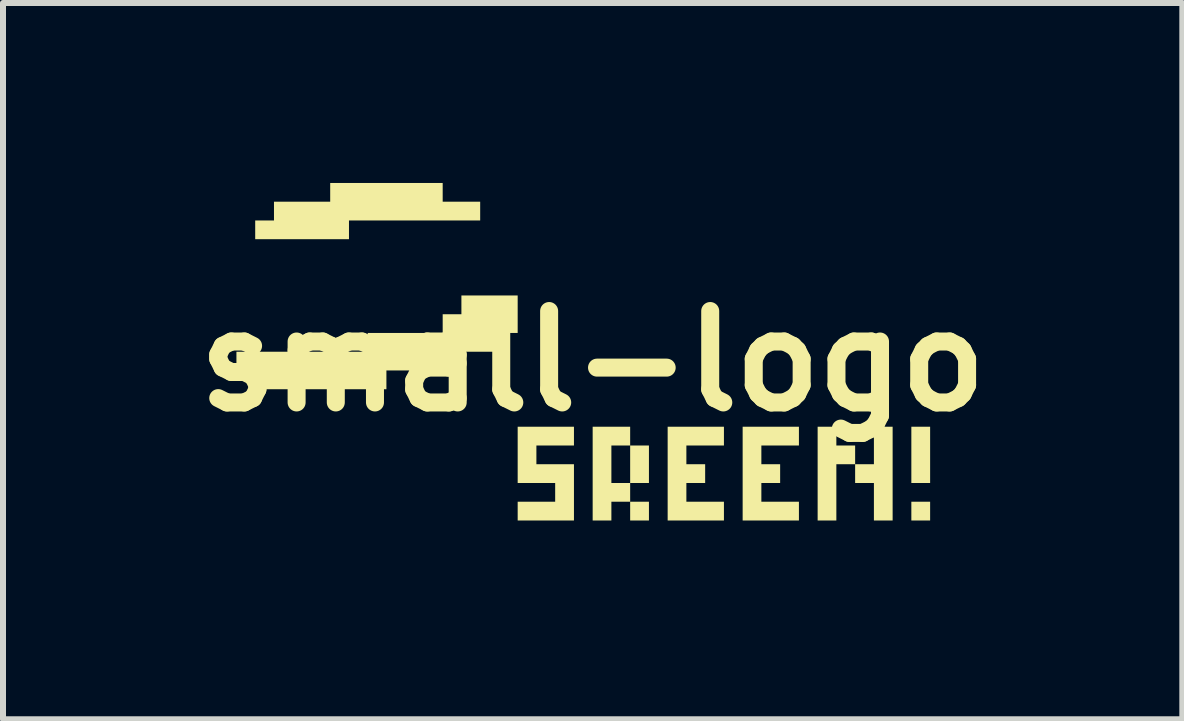
<source format=kicad_pcb>
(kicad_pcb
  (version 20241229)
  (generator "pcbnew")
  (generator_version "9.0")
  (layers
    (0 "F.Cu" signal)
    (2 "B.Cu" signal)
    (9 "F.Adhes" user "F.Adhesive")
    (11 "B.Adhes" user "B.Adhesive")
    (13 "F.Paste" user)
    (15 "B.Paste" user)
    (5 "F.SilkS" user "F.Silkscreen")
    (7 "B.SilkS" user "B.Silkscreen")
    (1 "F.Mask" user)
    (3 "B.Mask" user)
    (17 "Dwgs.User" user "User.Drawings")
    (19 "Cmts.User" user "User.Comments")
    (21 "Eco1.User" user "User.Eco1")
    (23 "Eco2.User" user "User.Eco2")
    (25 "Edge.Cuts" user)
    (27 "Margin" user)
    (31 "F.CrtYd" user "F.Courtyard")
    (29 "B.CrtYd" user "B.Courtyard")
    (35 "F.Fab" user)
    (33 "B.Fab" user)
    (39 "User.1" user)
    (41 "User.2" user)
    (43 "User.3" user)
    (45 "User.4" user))
  (footprint "small-logo"
    (layer "F.Cu")
    (at 6.829 2.969)
    (property "Reference" "small-logo" (at 0 0 0) (layer "F.SilkS") (effects (font (size 1.524 1.524) (thickness 0.3))))
    (attr board_only exclude_from_pos_files exclude_from_bom)
    (fp_poly (pts (xy -2.812 2.969) (xy -4.062 2.969) (xy -4.062 2.657) (xy -2.812 2.657)) (stroke (width 0) (type solid)) (fill yes) (layer "F.Mask"))
    (fp_poly (pts (xy -1.562 1.407) (xy -1.875 1.407) (xy -1.875 1.719) (xy -2.188 1.719) (xy -2.188 2.344) (xy -4.688 2.344) (xy -4.688 2.032) (xy -3.75 2.032) (xy -3.125 2.032) (xy -3.125 1.407) (xy -2.188 1.407) (xy -2.188 0.781) (xy -3.125 0.781) (xy -3.125 1.407) (xy -3.75 1.407) (xy -3.75 2.032) (xy -4.688 2.032) (xy -4.688 1.719) (xy -5 1.719) (xy -5 1.407) (xy -4.688 1.407) (xy -3.75 1.407) (xy -3.75 0.781) (xy -4.688 0.781) (xy -4.688 1.407) (xy -5 1.407) (xy -5.312 1.407) (xy -5.312 0.519) (xy -3.388 0.519) (xy -3.388 0.206) (xy -2.138 0.206) (xy -2.138 -0.106) (xy -1.562 -0.106)) (stroke (width 0) (type solid)) (fill yes) (layer "F.Mask"))
    (fp_poly (pts (xy -1.562 -2.032) (xy -1.25 -2.032) (xy -1.25 -1.144) (xy -2.237 -1.144) (xy -2.237 -0.831) (xy -2.55 -0.831) (xy -2.55 -0.519) (xy -3.8 -0.519) (xy -3.8 -0.206) (xy -5.938 -0.206) (xy -5.938 -0.469) (xy -5 -0.469) (xy -4.062 -0.469) (xy -4.062 -1.094) (xy -3.75 -1.094) (xy -3.75 -0.781) (xy -2.812 -0.781) (xy -2.812 -1.094) (xy -3.125 -1.094) (xy -3.125 -1.719) (xy -2.812 -1.719) (xy -2.812 -2.032) (xy -3.75 -2.032) (xy -3.75 -1.407) (xy -4.062 -1.407) (xy -4.062 -1.719) (xy -5 -1.719) (xy -5 -1.407) (xy -4.688 -1.407) (xy -4.688 -0.781) (xy -5 -0.781) (xy -5 -0.469) (xy -5.938 -0.469) (xy -5.938 -1.719) (xy -5.625 -1.719) (xy -5.625 -1.982) (xy -4.013 -1.982) (xy -4.013 -2.294) (xy -1.562 -2.294)) (stroke (width 0) (type solid)) (fill yes) (layer "F.Mask"))
    (fp_poly (pts (xy 0.938 2.657) (xy 0.625 2.657) (xy 0.625 2.344) (xy 0.938 2.344)) (stroke (width 0) (type solid)) (fill yes) (layer "F.SilkS"))
    (fp_poly (pts (xy 5.625 2.032) (xy 5.312 2.032) (xy 5.312 1.094) (xy 5.625 1.094)) (stroke (width 0) (type solid)) (fill yes) (layer "F.SilkS"))
    (fp_poly (pts (xy 5.625 2.657) (xy 5.312 2.657) (xy 5.312 2.344) (xy 5.625 2.344)) (stroke (width 0) (type solid)) (fill yes) (layer "F.SilkS"))
    (fp_poly (pts (xy 4.062 1.407) (xy 4.375 1.407) (xy 4.375 1.719) (xy 4.062 1.719) (xy 4.062 2.657) (xy 3.75 2.657) (xy 3.75 1.094) (xy 4.062 1.094)) (stroke (width 0) (type solid)) (fill yes) (layer "F.SilkS"))
    (fp_poly (pts (xy 5 2.657) (xy 4.688 2.657) (xy 4.688 2.032) (xy 4.375 2.032) (xy 4.375 1.719) (xy 4.688 1.719) (xy 4.688 1.094) (xy 5 1.094)) (stroke (width 0) (type solid)) (fill yes) (layer "F.SilkS"))
    (fp_poly (pts (xy -2.5 -2.657) (xy -1.875 -2.657) (xy -1.875 -2.344) (xy -4.062 -2.344) (xy -4.062 -2.032) (xy -5.625 -2.032) (xy -5.625 -2.344) (xy -5.312 -2.344) (xy -5.312 -2.657) (xy -4.375 -2.657) (xy -4.375 -2.969) (xy -2.5 -2.969)) (stroke (width 0) (type solid)) (fill yes) (layer "F.SilkS"))
    (fp_poly (pts (xy -0.312 1.407) (xy -0.938 1.407) (xy -0.938 1.719) (xy -0.312 1.719) (xy -0.312 2.657) (xy -1.25 2.657) (xy -1.25 2.344) (xy -0.625 2.344) (xy -0.625 2.032) (xy -1.25 2.032) (xy -1.25 1.094) (xy -0.312 1.094)) (stroke (width 0) (type solid)) (fill yes) (layer "F.SilkS"))
    (fp_poly (pts (xy 2.188 1.407) (xy 1.562 1.407) (xy 1.562 1.719) (xy 1.875 1.719) (xy 1.875 2.032) (xy 1.562 2.032) (xy 1.562 2.344) (xy 2.188 2.344) (xy 2.188 2.657) (xy 1.25 2.657) (xy 1.25 1.094) (xy 2.188 1.094)) (stroke (width 0) (type solid)) (fill yes) (layer "F.SilkS"))
    (fp_poly (pts (xy 3.438 1.407) (xy 2.812 1.407) (xy 2.812 1.719) (xy 3.125 1.719) (xy 3.125 2.032) (xy 2.812 2.032) (xy 2.812 2.344) (xy 3.438 2.344) (xy 3.438 2.657) (xy 2.5 2.657) (xy 2.5 1.094) (xy 3.438 1.094)) (stroke (width 0) (type solid)) (fill yes) (layer "F.SilkS"))
    (fp_poly (pts (xy 0.938 1.407) (xy 0.938 2.032) (xy 0.625 2.032) (xy 0.625 2.344) (xy 0.312 2.344) (xy 0.312 2.657) (xy 0 2.657) (xy 0 2.032) (xy 0.312 2.032) (xy 0.625 2.032) (xy 0.625 1.407) (xy 0.312 1.407) (xy 0.312 2.032) (xy 0 2.032) (xy 0 1.094) (xy 0.625 1.094) (xy 0.625 1.407)) (stroke (width 0) (type solid)) (fill yes) (layer "F.SilkS"))
    (fp_poly (pts (xy -1.25 -0.469) (xy -1.562 -0.469) (xy -1.562 -0.156) (xy -2.188 -0.156) (xy -2.188 0.156) (xy -3.438 0.156) (xy -3.438 0.469) (xy -5.625 0.469) (xy -5.625 0.156) (xy -5.938 0.156) (xy -5.938 -0.156) (xy -3.75 -0.156) (xy -3.75 -0.469) (xy -2.5 -0.469) (xy -2.5 -0.781) (xy -2.188 -0.781) (xy -2.188 -1.094) (xy -1.25 -1.094)) (stroke (width 0) (type solid)) (fill yes) (layer "F.SilkS")))
  (gr_rect
    (start -3 -3)
    (end 16.658 8.939)
    (stroke (width 0.1) (type default))
    (fill no)
    (layer "Edge.Cuts")))
</source>
